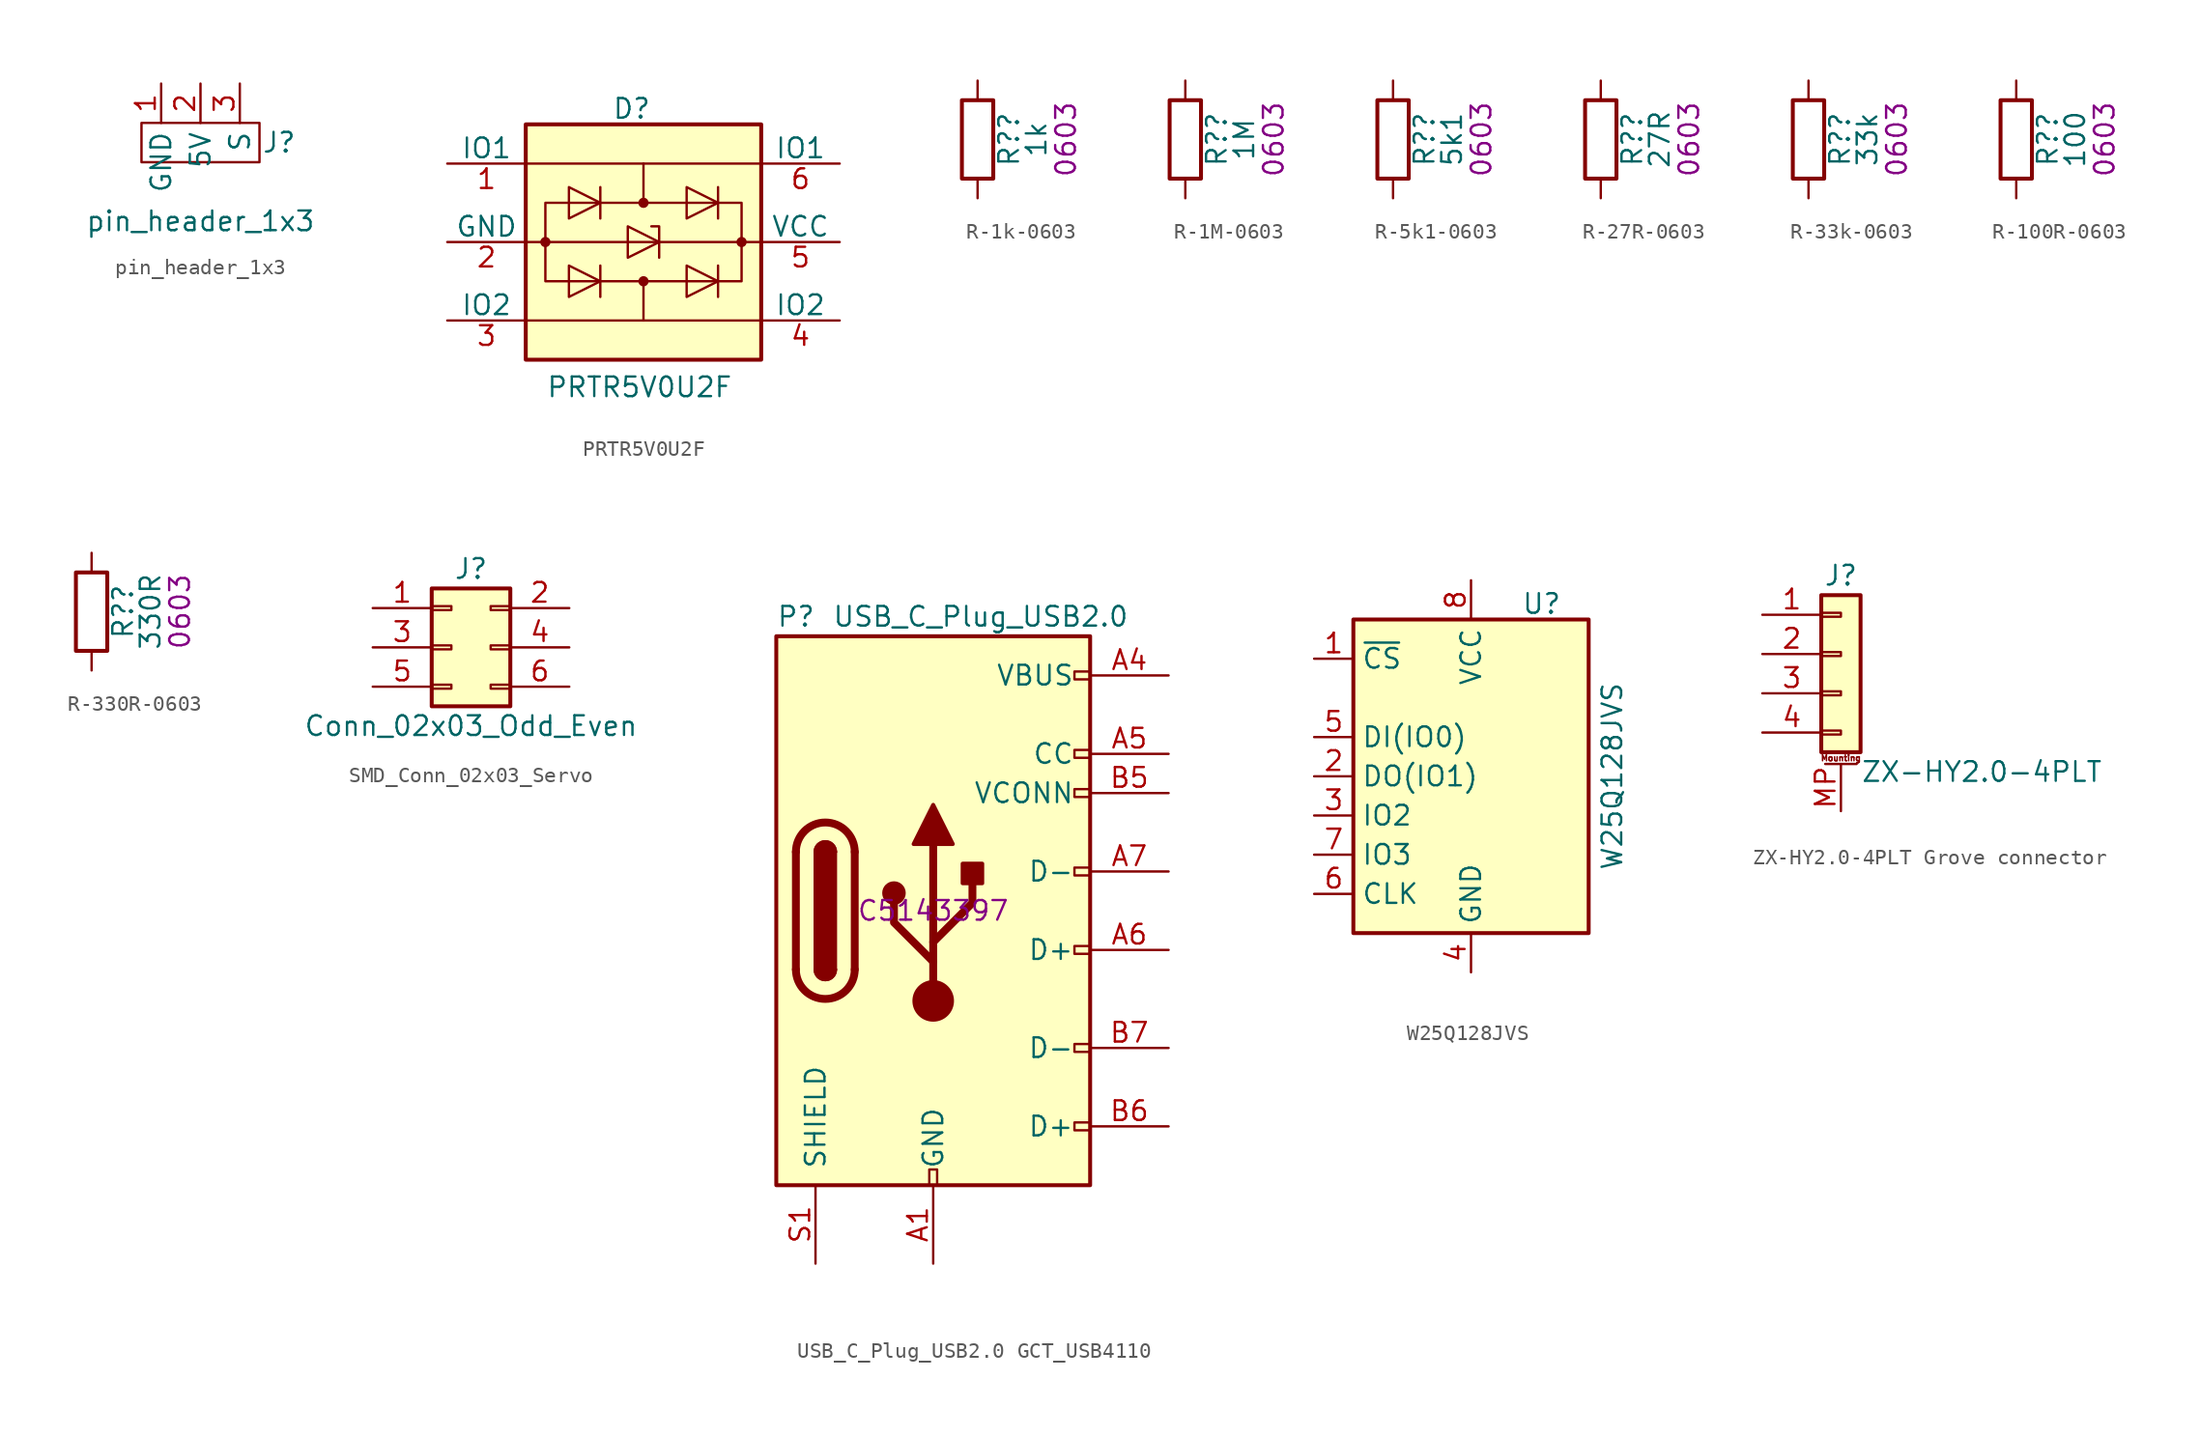
<source format=kicad_sym>
(kicad_symbol_lib
  (version 20231120)
  (generator "kicad_symbol_editor")
  (generator_version "8.0")
  (symbol "pin_header_1x3"
    (property "Reference" "J"
      (at 5.08 0 0)
      (effects (font (size 1.27 1.27))))
    (property "Value" "pin_header_1x3"
      (at 0 -5.08 0)
      (effects (font (size 1.27 1.27))))
    (symbol "pin_header_1x3_0_1"
      (rectangle (start -3.81 1.27) (end 3.81 -1.27) (stroke (width 0) (type default)) (fill (type none))))
    (symbol "pin_header_1x3_1_1"
      (pin input line (at -2.54 3.81 270) (length 2.54) (name "GND" (effects (font (size 1.27 1.27)))) (number "1" (effects (font (size 1.27 1.27)))))
      (pin input line (at 0 3.81 270) (length 2.54) (name "5V" (effects (font (size 1.27 1.27)))) (number "2" (effects (font (size 1.27 1.27)))))
      (pin input line (at 2.54 3.81 270) (length 2.54) (name "S" (effects (font (size 1.27 1.27)))) (number "3" (effects (font (size 1.27 1.27)))))))
  (symbol "PRTR5V0U2F"
    (pin_names
      (offset 0))
    (property "Reference" "D"
      (at -0.762 8.636 0)
      (effects (font (size 1.27 1.27))))
    (property "Value" "PRTR5V0U2F"
      (at -0.254 -9.398 0)
      (effects (font (size 1.27 1.27))))
    (symbol "PRTR5V0U2F_0_1"
      (circle (center -6.35 0) (radius 0.254) (stroke (width 0) (type default)) (fill (type outline)))
      (circle (center 0 -2.54) (radius 0.254) (stroke (width 0) (type default)) (fill (type outline)))
      (polyline (pts (xy -7.62 0) (xy 7.62 0)) (stroke (width 0) (type default)) (fill (type none)))
      (polyline (pts (xy -2.794 -1.524) (xy -2.794 -3.556)) (stroke (width 0) (type default)) (fill (type none)))
      (polyline (pts (xy -2.794 1.524) (xy -2.794 3.556)) (stroke (width 0) (type default)) (fill (type none)))
      (polyline (pts (xy 0 -2.54) (xy 0 -5.08)) (stroke (width 0) (type default)) (fill (type none)))
      (polyline (pts (xy 0 5.08) (xy 0 2.54)) (stroke (width 0) (type default)) (fill (type none)))
      (polyline (pts (xy 4.826 -1.524) (xy 4.826 -3.556)) (stroke (width 0) (type default)) (fill (type none)))
      (polyline (pts (xy 4.826 1.524) (xy 4.826 3.556)) (stroke (width 0) (type default)) (fill (type none)))
      (polyline (pts (xy 7.62 -5.08) (xy -7.62 -5.08)) (stroke (width 0) (type default)) (fill (type none)))
      (polyline (pts (xy 7.62 5.08) (xy -7.62 5.08)) (stroke (width 0) (type default)) (fill (type none)))
      (polyline (pts (xy 1.016 -1.016) (xy 1.016 1.016) (xy 0.508 1.016)) (stroke (width 0) (type default)) (fill (type none)))
      (polyline (pts (xy -4.826 -3.556) (xy -4.826 -1.524) (xy -2.794 -2.54) (xy -4.826 -3.556)) (stroke (width 0) (type default)) (fill (type none)))
      (polyline (pts (xy -4.826 3.556) (xy -4.826 1.524) (xy -2.794 2.54) (xy -4.826 3.556)) (stroke (width 0) (type default)) (fill (type none)))
      (polyline (pts (xy -1.016 1.016) (xy -1.016 -1.016) (xy 1.016 0) (xy -1.016 1.016)) (stroke (width 0) (type default)) (fill (type none)))
      (polyline (pts (xy 2.794 -3.556) (xy 2.794 -1.524) (xy 4.826 -2.54) (xy 2.794 -3.556)) (stroke (width 0) (type default)) (fill (type none)))
      (polyline (pts (xy 2.794 3.556) (xy 2.794 1.524) (xy 4.826 2.54) (xy 2.794 3.556)) (stroke (width 0) (type default)) (fill (type none)))
      (circle (center 0 2.54) (radius 0.254) (stroke (width 0) (type default)) (fill (type outline)))
      (circle (center 6.35 0) (radius 0.254) (stroke (width 0) (type default)) (fill (type outline)))
      (rectangle (start 6.35 2.54) (end -6.35 -2.54) (stroke (width 0) (type default)) (fill (type none)))
      (rectangle (start 7.62 7.62) (end -7.62 -7.62) (stroke (width 0.254) (type default)) (fill (type background))))
    (symbol "PRTR5V0U2F_1_1"
      (pin passive line (at -12.7 5.08 0) (length 5.08) (name "IO1" (effects (font (size 1.27 1.27)))) (number "1" (effects (font (size 1.27 1.27)))))
      (pin passive line (at -12.7 0 0) (length 5.08) (name "GND" (effects (font (size 1.27 1.27)))) (number "2" (effects (font (size 1.27 1.27)))))
      (pin passive line (at -12.7 -5.08 0) (length 5.08) (name "IO2" (effects (font (size 1.27 1.27)))) (number "3" (effects (font (size 1.27 1.27)))))
      (pin passive line (at 12.7 -5.08 180) (length 5.08) (name "IO2" (effects (font (size 1.27 1.27)))) (number "4" (effects (font (size 1.27 1.27)))))
      (pin passive line (at 12.7 0 180) (length 5.08) (name "VCC" (effects (font (size 1.27 1.27)))) (number "5" (effects (font (size 1.27 1.27)))))
      (pin passive line (at 12.7 5.08 180) (length 5.08) (name "IO1" (effects (font (size 1.27 1.27)))) (number "6" (effects (font (size 1.27 1.27)))))))
  (symbol "R-1k-0603"
    (pin_numbers hide)
    (pin_names
      (offset 0))
    (property "Reference" "R?"
      (at 2.032 0 90)
      (effects (font (size 1.27 1.27))))
    (property "Value" "1k"
      (at 3.81 0 90)
      (effects (font (size 1.27 1.27))))
    (property "Footprint dpl" "0603"
      (at 5.715 0 90)
      (effects (font (size 1.27 1.27))))
    (symbol "R-1k-0603_0_1"
      (rectangle (start -1.016 -2.54) (end 1.016 2.54) (stroke (width 0.254) (type default)) (fill (type none))))
    (symbol "R-1k-0603_1_1"
      (pin passive line (at 0 3.81 270) (length 1.27) (name "~" (effects (font (size 1.27 1.27)))) (number "1" (effects (font (size 1.27 1.27)))))
      (pin passive line (at 0 -3.81 90) (length 1.27) (name "~" (effects (font (size 1.27 1.27)))) (number "2" (effects (font (size 1.27 1.27)))))))
  (symbol "R-1M-0603"
    (pin_numbers hide)
    (pin_names
      (offset 0))
    (property "Reference" "R?"
      (at 2.032 0 90)
      (effects (font (size 1.27 1.27))))
    (property "Value" "1M"
      (at 3.81 0 90)
      (effects (font (size 1.27 1.27))))
    (property "Footprint dpl" "0603"
      (at 5.715 0 90)
      (effects (font (size 1.27 1.27))))
    (symbol "R-1M-0603_0_1"
      (rectangle (start -1.016 -2.54) (end 1.016 2.54) (stroke (width 0.254) (type default)) (fill (type none))))
    (symbol "R-1M-0603_1_1"
      (pin passive line (at 0 3.81 270) (length 1.27) (name "~" (effects (font (size 1.27 1.27)))) (number "1" (effects (font (size 1.27 1.27)))))
      (pin passive line (at 0 -3.81 90) (length 1.27) (name "~" (effects (font (size 1.27 1.27)))) (number "2" (effects (font (size 1.27 1.27)))))))
  (symbol "R-5k1-0603"
    (pin_numbers hide)
    (pin_names
      (offset 0))
    (property "Reference" "R?"
      (at 2.032 0 90)
      (effects (font (size 1.27 1.27))))
    (property "Value" "5k1"
      (at 3.81 0 90)
      (effects (font (size 1.27 1.27))))
    (property "Footprint dpl" "0603"
      (at 5.715 0 90)
      (effects (font (size 1.27 1.27))))
    (symbol "R-5k1-0603_0_1"
      (rectangle (start -1.016 -2.54) (end 1.016 2.54) (stroke (width 0.254) (type default)) (fill (type none))))
    (symbol "R-5k1-0603_1_1"
      (pin passive line (at 0 3.81 270) (length 1.27) (name "~" (effects (font (size 1.27 1.27)))) (number "1" (effects (font (size 1.27 1.27)))))
      (pin passive line (at 0 -3.81 90) (length 1.27) (name "~" (effects (font (size 1.27 1.27)))) (number "2" (effects (font (size 1.27 1.27)))))))
  (symbol "R-27R-0603"
    (pin_numbers hide)
    (pin_names
      (offset 0))
    (property "Reference" "R?"
      (at 2.032 0 90)
      (effects (font (size 1.27 1.27))))
    (property "Value" "27R"
      (at 3.81 0 90)
      (effects (font (size 1.27 1.27))))
    (property "Footprint dpl" "0603"
      (at 5.715 0 90)
      (effects (font (size 1.27 1.27))))
    (symbol "R-27R-0603_0_1"
      (rectangle (start -1.016 -2.54) (end 1.016 2.54) (stroke (width 0.254) (type default)) (fill (type none))))
    (symbol "R-27R-0603_1_1"
      (pin passive line (at 0 3.81 270) (length 1.27) (name "~" (effects (font (size 1.27 1.27)))) (number "1" (effects (font (size 1.27 1.27)))))
      (pin passive line (at 0 -3.81 90) (length 1.27) (name "~" (effects (font (size 1.27 1.27)))) (number "2" (effects (font (size 1.27 1.27)))))))
  (symbol "R-33k-0603"
    (pin_numbers hide)
    (pin_names
      (offset 0))
    (property "Reference" "R?"
      (at 2.032 0 90)
      (effects (font (size 1.27 1.27))))
    (property "Value" "33k"
      (at 3.81 0 90)
      (effects (font (size 1.27 1.27))))
    (property "Footprint dpl" "0603"
      (at 5.715 0 90)
      (effects (font (size 1.27 1.27))))
    (symbol "R-33k-0603_0_1"
      (rectangle (start -1.016 -2.54) (end 1.016 2.54) (stroke (width 0.254) (type default)) (fill (type none))))
    (symbol "R-33k-0603_1_1"
      (pin passive line (at 0 3.81 270) (length 1.27) (name "~" (effects (font (size 1.27 1.27)))) (number "1" (effects (font (size 1.27 1.27)))))
      (pin passive line (at 0 -3.81 90) (length 1.27) (name "~" (effects (font (size 1.27 1.27)))) (number "2" (effects (font (size 1.27 1.27)))))))
  (symbol "R-100R-0603"
    (pin_numbers hide)
    (pin_names
      (offset 0))
    (property "Reference" "R?"
      (at 2.032 0 90)
      (effects (font (size 1.27 1.27))))
    (property "Value" "100"
      (at 3.81 0 90)
      (effects (font (size 1.27 1.27))))
    (property "Footprint dpl" "0603"
      (at 5.715 0 90)
      (effects (font (size 1.27 1.27))))
    (symbol "R-100R-0603_0_1"
      (rectangle (start -1.016 -2.54) (end 1.016 2.54) (stroke (width 0.254) (type default)) (fill (type none))))
    (symbol "R-100R-0603_1_1"
      (pin passive line (at 0 3.81 270) (length 1.27) (name "~" (effects (font (size 1.27 1.27)))) (number "1" (effects (font (size 1.27 1.27)))))
      (pin passive line (at 0 -3.81 90) (length 1.27) (name "~" (effects (font (size 1.27 1.27)))) (number "2" (effects (font (size 1.27 1.27)))))))
  (symbol "R-330R-0603"
    (pin_numbers hide)
    (pin_names
      (offset 0))
    (property "Reference" "R?"
      (at 2.032 0 90)
      (effects (font (size 1.27 1.27))))
    (property "Value" "330R"
      (at 3.81 0 90)
      (effects (font (size 1.27 1.27))))
    (property "Footprint dpl" "0603"
      (at 5.715 0 90)
      (effects (font (size 1.27 1.27))))
    (symbol "R-330R-0603_0_1"
      (rectangle (start -1.016 -2.54) (end 1.016 2.54) (stroke (width 0.254) (type default)) (fill (type none))))
    (symbol "R-330R-0603_1_1"
      (pin passive line (at 0 3.81 270) (length 1.27) (name "~" (effects (font (size 1.27 1.27)))) (number "1" (effects (font (size 1.27 1.27)))))
      (pin passive line (at 0 -3.81 90) (length 1.27) (name "~" (effects (font (size 1.27 1.27)))) (number "2" (effects (font (size 1.27 1.27)))))))
  (symbol "SMD_Conn_02x03_Servo"
    (pin_names
      (offset 1.016) hide)
    (property "Reference" "J"
      (at 1.27 5.08 0)
      (effects (font (size 1.27 1.27))))
    (property "Value" "Conn_02x03_Odd_Even"
      (at 1.27 -5.08 0)
      (effects (font (size 1.27 1.27))))
    (symbol "SMD_Conn_02x03_Servo_1_1"
      (rectangle (start -1.27 -2.413) (end 0 -2.667) (stroke (width 0.152) (type default)) (fill (type none)))
      (rectangle (start -1.27 0.127) (end 0 -0.127) (stroke (width 0.152) (type default)) (fill (type none)))
      (rectangle (start -1.27 2.667) (end 0 2.413) (stroke (width 0.152) (type default)) (fill (type none)))
      (rectangle (start -1.27 3.81) (end 3.81 -3.81) (stroke (width 0.254) (type default)) (fill (type background)))
      (rectangle (start 3.81 -2.413) (end 2.54 -2.667) (stroke (width 0.152) (type default)) (fill (type none)))
      (rectangle (start 3.81 0.127) (end 2.54 -0.127) (stroke (width 0.152) (type default)) (fill (type none)))
      (rectangle (start 3.81 2.667) (end 2.54 2.413) (stroke (width 0.152) (type default)) (fill (type none)))
      (pin passive line (at -5.08 2.54 0) (length 3.81) (name "Pin_1" (effects (font (size 1.27 1.27)))) (number "1" (effects (font (size 1.27 1.27)))))
      (pin passive line (at 7.62 2.54 180) (length 3.81) (name "Pin_2" (effects (font (size 1.27 1.27)))) (number "2" (effects (font (size 1.27 1.27)))))
      (pin passive line (at -5.08 0 0) (length 3.81) (name "Pin_3" (effects (font (size 1.27 1.27)))) (number "3" (effects (font (size 1.27 1.27)))))
      (pin passive line (at 7.62 0 180) (length 3.81) (name "Pin_4" (effects (font (size 1.27 1.27)))) (number "4" (effects (font (size 1.27 1.27)))))
      (pin passive line (at -5.08 -2.54 0) (length 3.81) (name "Pin_5" (effects (font (size 1.27 1.27)))) (number "5" (effects (font (size 1.27 1.27)))))
      (pin passive line (at 7.62 -2.54 180) (length 3.81) (name "Pin_6" (effects (font (size 1.27 1.27)))) (number "6" (effects (font (size 1.27 1.27)))))))
  (symbol "USB_C_Plug_USB2.0 GCT_USB4110"
    (pin_names
      (offset 1.016))
    (property "Reference" "P"
      (at -10.16 19.05 0)
      (effects (font (size 1.27 1.27)) (justify left)))
    (property "Value" "USB_C_Plug_USB2.0"
      (at 12.7 19.05 0)
      (effects (font (size 1.27 1.27)) (justify right)))
    (property "LCSC Part #" "C5143397"
      (at 0 0 0)
      (effects (font (size 1.27 1.27))))
    (symbol "USB_C_Plug_USB2.0 GCT_USB4110_0_0"
      (rectangle (start -0.254 -17.78) (end 0.254 -16.764) (stroke (width 0) (type default)) (fill (type none)))
      (rectangle (start 9.144 -13.716) (end 10.16 -14.224) (stroke (width 0) (type default)) (fill (type none)))
      (rectangle (start 9.144 -2.286) (end 10.16 -2.794) (stroke (width 0) (type default)) (fill (type none)))
      (rectangle (start 10.16 -8.636) (end 9.144 -9.144) (stroke (width 0) (type default)) (fill (type none)))
      (rectangle (start 10.16 2.794) (end 9.144 2.286) (stroke (width 0) (type default)) (fill (type none)))
      (rectangle (start 10.16 7.874) (end 9.144 7.366) (stroke (width 0) (type default)) (fill (type none)))
      (rectangle (start 10.16 10.414) (end 9.144 9.906) (stroke (width 0) (type default)) (fill (type none)))
      (rectangle (start 10.16 15.494) (end 9.144 14.986) (stroke (width 0) (type default)) (fill (type none))))
    (symbol "USB_C_Plug_USB2.0 GCT_USB4110_0_1"
      (rectangle (start -10.16 17.78) (end 10.16 -17.78) (stroke (width 0.254) (type default)) (fill (type background)))
      (arc (start -8.89 -3.81) (mid -6.985 -5.7067) (end -5.08 -3.81) (stroke (width 0.508) (type default)) (fill (type none)))
      (arc (start -7.62 -3.81) (mid -6.985 -4.4423) (end -6.35 -3.81) (stroke (width 0.254) (type default)) (fill (type none)))
      (arc (start -7.62 -3.81) (mid -6.985 -4.4423) (end -6.35 -3.81) (stroke (width 0.254) (type default)) (fill (type outline)))
      (rectangle (start -7.62 -3.81) (end -6.35 3.81) (stroke (width 0.254) (type default)) (fill (type outline)))
      (arc (start -6.35 3.81) (mid -6.985 4.4423) (end -7.62 3.81) (stroke (width 0.254) (type default)) (fill (type none)))
      (arc (start -6.35 3.81) (mid -6.985 4.4423) (end -7.62 3.81) (stroke (width 0.254) (type default)) (fill (type outline)))
      (arc (start -5.08 3.81) (mid -6.985 5.7067) (end -8.89 3.81) (stroke (width 0.508) (type default)) (fill (type none)))
      (circle (center -2.54 1.143) (radius 0.635) (stroke (width 0.254) (type default)) (fill (type outline)))
      (circle (center 0 -5.842) (radius 1.27) (stroke (width 0) (type default)) (fill (type outline)))
      (polyline (pts (xy -8.89 -3.81) (xy -8.89 3.81)) (stroke (width 0.508) (type default)) (fill (type none)))
      (polyline (pts (xy -5.08 3.81) (xy -5.08 -3.81)) (stroke (width 0.508) (type default)) (fill (type none)))
      (polyline (pts (xy 0 -5.842) (xy 0 4.318)) (stroke (width 0.508) (type default)) (fill (type none)))
      (polyline (pts (xy 0 -3.302) (xy -2.54 -0.762) (xy -2.54 0.508)) (stroke (width 0.508) (type default)) (fill (type none)))
      (polyline (pts (xy 0 -2.032) (xy 2.54 0.508) (xy 2.54 1.778)) (stroke (width 0.508) (type default)) (fill (type none)))
      (polyline (pts (xy -1.27 4.318) (xy 0 6.858) (xy 1.27 4.318) (xy -1.27 4.318)) (stroke (width 0.254) (type default)) (fill (type outline)))
      (rectangle (start 1.905 1.778) (end 3.175 3.048) (stroke (width 0.254) (type default)) (fill (type outline))))
    (symbol "USB_C_Plug_USB2.0 GCT_USB4110_1_1"
      (pin passive line (at 0 -22.86 90) (length 5.08) (name "GND" (effects (font (size 1.27 1.27)))) (number "A1" (effects (font (size 1.27 1.27)))))
      (pin passive line (at 0 -22.86 90) (length 5.08) hide (name "GND" (effects (font (size 1.27 1.27)))) (number "A12" (effects (font (size 1.27 1.27)))))
      (pin passive line (at 15.24 15.24 180) (length 5.08) (name "VBUS" (effects (font (size 1.27 1.27)))) (number "A4" (effects (font (size 1.27 1.27)))))
      (pin bidirectional line (at 15.24 10.16 180) (length 5.08) (name "CC" (effects (font (size 1.27 1.27)))) (number "A5" (effects (font (size 1.27 1.27)))))
      (pin bidirectional line (at 15.24 -2.54 180) (length 5.08) (name "D+" (effects (font (size 1.27 1.27)))) (number "A6" (effects (font (size 1.27 1.27)))))
      (pin bidirectional line (at 15.24 2.54 180) (length 5.08) (name "D-" (effects (font (size 1.27 1.27)))) (number "A7" (effects (font (size 1.27 1.27)))))
      (pin passive line (at 15.24 15.24 180) (length 5.08) hide (name "VBUS" (effects (font (size 1.27 1.27)))) (number "A9" (effects (font (size 1.27 1.27)))))
      (pin passive line (at 0 -22.86 90) (length 5.08) hide (name "GND" (effects (font (size 1.27 1.27)))) (number "B1" (effects (font (size 1.27 1.27)))))
      (pin passive line (at 0 -22.86 90) (length 5.08) hide (name "GND" (effects (font (size 1.27 1.27)))) (number "B12" (effects (font (size 1.27 1.27)))))
      (pin passive line (at 15.24 15.24 180) (length 5.08) hide (name "VBUS" (effects (font (size 1.27 1.27)))) (number "B4" (effects (font (size 1.27 1.27)))))
      (pin bidirectional line (at 15.24 7.62 180) (length 5.08) (name "VCONN" (effects (font (size 1.27 1.27)))) (number "B5" (effects (font (size 1.27 1.27)))))
      (pin bidirectional line (at 15.24 -13.97 180) (length 5.08) (name "D+" (effects (font (size 1.27 1.27)))) (number "B6" (effects (font (size 1.27 1.27)))))
      (pin bidirectional line (at 15.24 -8.89 180) (length 5.08) (name "D-" (effects (font (size 1.27 1.27)))) (number "B7" (effects (font (size 1.27 1.27)))))
      (pin passive line (at 15.24 15.24 180) (length 5.08) hide (name "VBUS" (effects (font (size 1.27 1.27)))) (number "B9" (effects (font (size 1.27 1.27)))))
      (pin passive line (at -7.62 -22.86 90) (length 5.08) (name "SHIELD" (effects (font (size 1.27 1.27)))) (number "S1" (effects (font (size 1.27 1.27)))))))
  (symbol "W25Q128JVS"
    (property "Reference" "U"
      (at 4.572 11.176 0)
      (effects (font (size 1.27 1.27))))
    (property "Value" "W25Q128JVS"
      (at 9.144 0 90)
      (effects (font (size 1.27 1.27))))
    (symbol "W25Q128JVS_0_1"
      (rectangle (start -7.62 10.16) (end 7.62 -10.16) (stroke (width 0.254) (type default)) (fill (type background))))
    (symbol "W25Q128JVS_1_1"
      (pin input line (at -10.16 7.62 0) (length 2.54) (name "~{CS}" (effects (font (size 1.27 1.27)))) (number "1" (effects (font (size 1.27 1.27)))))
      (pin bidirectional line (at -10.16 0 0) (length 2.54) (name "DO(IO1)" (effects (font (size 1.27 1.27)))) (number "2" (effects (font (size 1.27 1.27)))))
      (pin bidirectional line (at -10.16 -2.54 0) (length 2.54) (name "IO2" (effects (font (size 1.27 1.27)))) (number "3" (effects (font (size 1.27 1.27)))))
      (pin power_in line (at 0 -12.7 90) (length 2.54) (name "GND" (effects (font (size 1.27 1.27)))) (number "4" (effects (font (size 1.27 1.27)))))
      (pin bidirectional line (at -10.16 2.54 0) (length 2.54) (name "DI(IO0)" (effects (font (size 1.27 1.27)))) (number "5" (effects (font (size 1.27 1.27)))))
      (pin input line (at -10.16 -7.62 0) (length 2.54) (name "CLK" (effects (font (size 1.27 1.27)))) (number "6" (effects (font (size 1.27 1.27)))))
      (pin bidirectional line (at -10.16 -5.08 0) (length 2.54) (name "IO3" (effects (font (size 1.27 1.27)))) (number "7" (effects (font (size 1.27 1.27)))))
      (pin power_in line (at 0 12.7 270) (length 2.54) (name "VCC" (effects (font (size 1.27 1.27)))) (number "8" (effects (font (size 1.27 1.27)))))))
  (symbol "ZX-HY2.0-4PLT Grove connector"
    (pin_names
      (offset 1.016) hide)
    (property "Reference" "J"
      (at 0 5.08 0)
      (effects (font (size 1.27 1.27))))
    (property "Value" "ZX-HY2.0-4PLT"
      (at 1.27 -7.62 0)
      (effects (font (size 1.27 1.27)) (justify left)))
    (symbol "ZX-HY2.0-4PLT Grove connector_1_1"
      (rectangle (start -1.27 -4.953) (end 0 -5.207) (stroke (width 0.152) (type default)) (fill (type none)))
      (rectangle (start -1.27 -2.413) (end 0 -2.667) (stroke (width 0.152) (type default)) (fill (type none)))
      (rectangle (start -1.27 0.127) (end 0 -0.127) (stroke (width 0.152) (type default)) (fill (type none)))
      (rectangle (start -1.27 2.667) (end 0 2.413) (stroke (width 0.152) (type default)) (fill (type none)))
      (rectangle (start -1.27 3.81) (end 1.27 -6.35) (stroke (width 0.254) (type default)) (fill (type background)))
      (polyline (pts (xy -1.016 -7.112) (xy 1.016 -7.112)) (stroke (width 0.152) (type default)) (fill (type none)))
      (text "Mounting" (at 0 -6.731 0) (effects (font (size 0.381 0.381))))
      (pin passive line (at -5.08 2.54 0) (length 3.81) (name "Pin_1" (effects (font (size 1.27 1.27)))) (number "1" (effects (font (size 1.27 1.27)))))
      (pin passive line (at -5.08 0 0) (length 3.81) (name "Pin_2" (effects (font (size 1.27 1.27)))) (number "2" (effects (font (size 1.27 1.27)))))
      (pin passive line (at -5.08 -2.54 0) (length 3.81) (name "Pin_3" (effects (font (size 1.27 1.27)))) (number "3" (effects (font (size 1.27 1.27)))))
      (pin passive line (at -5.08 -5.08 0) (length 3.81) (name "Pin_4" (effects (font (size 1.27 1.27)))) (number "4" (effects (font (size 1.27 1.27)))))
      (pin passive line (at 0 -10.16 90) (length 3.048) (name "MountPin" (effects (font (size 1.27 1.27)))) (number "MP" (effects (font (size 1.27 1.27))))))))
</source>
